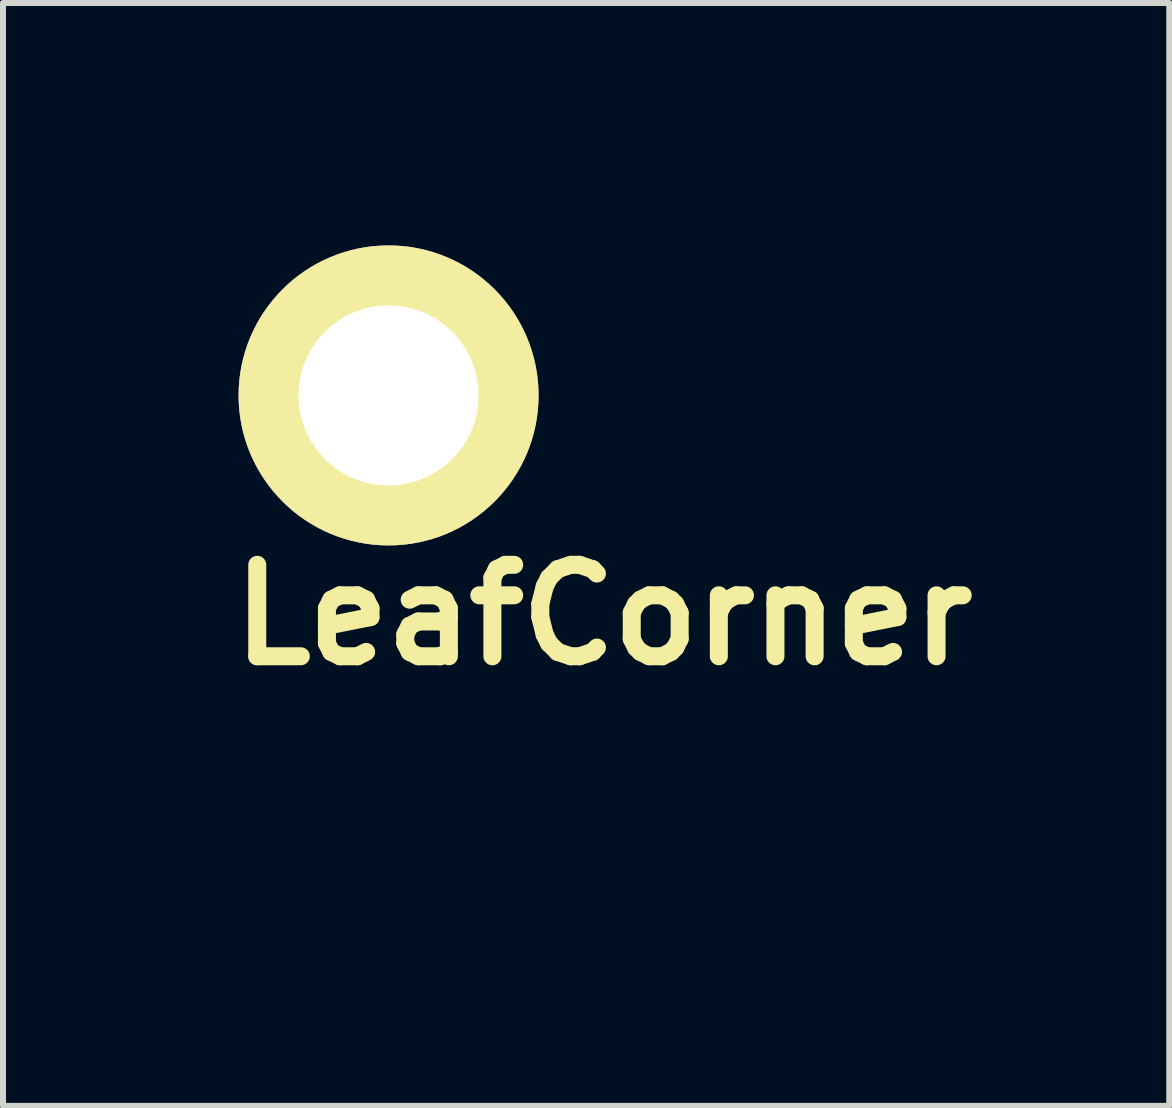
<source format=kicad_pcb>
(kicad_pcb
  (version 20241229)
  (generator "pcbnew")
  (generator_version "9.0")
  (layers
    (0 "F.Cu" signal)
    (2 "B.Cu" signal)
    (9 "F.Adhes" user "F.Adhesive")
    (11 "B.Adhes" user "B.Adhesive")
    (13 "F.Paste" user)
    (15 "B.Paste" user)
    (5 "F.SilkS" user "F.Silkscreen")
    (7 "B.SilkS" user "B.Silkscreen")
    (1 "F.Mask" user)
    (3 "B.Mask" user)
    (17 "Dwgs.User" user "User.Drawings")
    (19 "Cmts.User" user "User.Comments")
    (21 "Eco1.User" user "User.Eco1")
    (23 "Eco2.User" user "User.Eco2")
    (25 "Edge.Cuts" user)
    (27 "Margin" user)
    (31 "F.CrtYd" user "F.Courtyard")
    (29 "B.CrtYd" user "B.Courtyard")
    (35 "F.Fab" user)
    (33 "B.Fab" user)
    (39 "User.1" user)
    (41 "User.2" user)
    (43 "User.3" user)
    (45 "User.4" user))
  (footprint "LeafCorner"
    (layer "F.Cu")
    (at 7.007 7.198)
    (property "Reference" "LeafCorner" (at 0 0 0) (layer "F.SilkS") (effects (font (size 1.524 1.524) (thickness 0.3))))
    (attr through_hole)
    (fp_poly (pts (xy -4.712 -1.788) (xy -4.713 -1.786) (xy -4.796 -1.669) (xy -4.985 -1.571) (xy -5.257 -1.501) (xy -5.5 -1.473) (xy -5.724 -1.464) (xy -5.871 -1.482) (xy -5.986 -1.542) (xy -6.093 -1.63) (xy -6.276 -1.878) (xy -6.37 -2.215) (xy -6.375 -2.638) (xy -6.365 -2.738) (xy -6.339 -3.018) (xy -6.323 -3.317) (xy -6.321 -3.418) (xy -6.328 -3.628) (xy -6.368 -3.765) (xy -6.463 -3.884) (xy -6.537 -3.953) (xy -6.756 -4.148) (xy -6.505 -4.108) (xy -6.228 -4.002) (xy -6.083 -3.878) (xy -6.003 -3.78) (xy -5.939 -3.672) (xy -5.881 -3.528) (xy -5.822 -3.327) (xy -5.754 -3.044) (xy -5.685 -2.731) (xy -5.601 -2.399) (xy -5.508 -2.174) (xy -5.389 -2.033) (xy -5.225 -1.954) (xy -5.023 -1.92) (xy -4.825 -1.892) (xy -4.729 -1.852) (xy -4.712 -1.788)) (stroke (width 0.1) (type solid)) (fill yes) (layer "F.Mask"))
    (fp_poly (pts (xy -4.001 -1.239) (xy -4.059 -0.939) (xy -4.23 -0.693) (xy -4.461 -0.532) (xy -4.572 -0.487) (xy -4.709 -0.462) (xy -4.902 -0.455) (xy -5.178 -0.464) (xy -5.369 -0.475) (xy -5.73 -0.492) (xy -5.992 -0.488) (xy -6.179 -0.456) (xy -6.32 -0.39) (xy -6.439 -0.285) (xy -6.488 -0.229) (xy -6.568 -0.141) (xy -6.597 -0.151) (xy -6.602 -0.213) (xy -6.554 -0.429) (xy -6.422 -0.657) (xy -6.235 -0.85) (xy -6.197 -0.877) (xy -6.073 -0.937) (xy -5.861 -1.017) (xy -5.595 -1.106) (xy -5.312 -1.192) (xy -5.046 -1.266) (xy -4.832 -1.317) (xy -4.714 -1.333) (xy -4.66 -1.386) (xy -4.585 -1.513) (xy -4.51 -1.671) (xy -4.458 -1.816) (xy -4.445 -1.884) (xy -4.433 -1.974) (xy -4.372 -1.988) (xy -4.26 -1.951) (xy -4.132 -1.872) (xy -4.052 -1.736) (xy -4.011 -1.519) (xy -4.001 -1.239)) (stroke (width 0.1) (type solid)) (fill yes) (layer "F.Mask"))
    (fp_poly (pts (xy -1.496 -5.7) (xy -1.497 -5.659) (xy -1.519 -5.335) (xy -1.583 -5.098) (xy -1.624 -5.015) (xy -1.731 -4.865) (xy -1.83 -4.778) (xy -1.898 -4.772) (xy -1.912 -4.805) (xy -1.913 -4.906) (xy -1.908 -4.994) (xy -1.933 -5.19) (xy -2.017 -5.4) (xy -2.135 -5.574) (xy -2.235 -5.651) (xy -2.364 -5.695) (xy -2.577 -5.755) (xy -2.834 -5.82) (xy -2.908 -5.838) (xy -3.325 -5.954) (xy -3.634 -6.09) (xy -3.854 -6.259) (xy -4.003 -6.477) (xy -4.1 -6.757) (xy -4.101 -6.763) (xy -4.148 -6.953) (xy -3.957 -6.751) (xy -3.805 -6.613) (xy -3.643 -6.529) (xy -3.44 -6.492) (xy -3.166 -6.495) (xy -2.902 -6.518) (xy -2.504 -6.548) (xy -2.203 -6.538) (xy -1.973 -6.483) (xy -1.789 -6.379) (xy -1.693 -6.294) (xy -1.586 -6.176) (xy -1.526 -6.067) (xy -1.501 -5.922) (xy -1.496 -5.7)) (stroke (width 0.1) (type solid)) (fill yes) (layer "F.Mask"))
    (fp_poly (pts (xy -0.254 -6.759) (xy -0.322 -6.656) (xy -0.369 -6.607) (xy -0.478 -6.477) (xy -0.549 -6.332) (xy -0.585 -6.146) (xy -0.589 -5.895) (xy -0.565 -5.554) (xy -0.551 -5.404) (xy -0.524 -5.108) (xy -0.515 -4.904) (xy -0.528 -4.758) (xy -0.564 -4.636) (xy -0.609 -4.539) (xy -0.805 -4.26) (xy -1.061 -4.093) (xy -1.377 -4.039) (xy -1.583 -4.058) (xy -1.757 -4.119) (xy -1.863 -4.252) (xy -1.885 -4.302) (xy -1.934 -4.441) (xy -1.925 -4.499) (xy -1.876 -4.508) (xy -1.725 -4.539) (xy -1.576 -4.611) (xy -1.476 -4.698) (xy -1.46 -4.741) (xy -1.428 -4.819) (xy -1.406 -4.826) (xy -1.368 -4.884) (xy -1.315 -5.036) (xy -1.255 -5.255) (xy -1.195 -5.508) (xy -1.143 -5.768) (xy -1.108 -5.998) (xy -1.031 -6.294) (xy -0.87 -6.512) (xy -0.637 -6.667) (xy -0.417 -6.766) (xy -0.288 -6.796) (xy -0.254 -6.759)) (stroke (width 0.1) (type solid)) (fill yes) (layer "F.Mask"))
    (fp_poly (pts (xy -4.969 0.164) (xy -5.047 0.168) (xy -5.095 0.157) (xy -5.323 0.159) (xy -5.552 0.256) (xy -5.738 0.423) (xy -5.796 0.518) (xy -5.855 0.677) (xy -5.927 0.919) (xy -5.999 1.202) (xy -6.029 1.336) (xy -6.12 1.702) (xy -6.216 1.967) (xy -6.331 2.153) (xy -6.478 2.284) (xy -6.58 2.344) (xy -6.77 2.441) (xy -6.581 2.538) (xy -6.419 2.643) (xy -6.292 2.786) (xy -6.187 2.989) (xy -6.092 3.275) (xy -6.004 3.632) (xy -5.931 3.927) (xy -5.855 4.19) (xy -5.786 4.387) (xy -5.746 4.469) (xy -5.598 4.609) (xy -5.39 4.709) (xy -5.18 4.746) (xy -5.086 4.733) (xy -4.997 4.724) (xy -4.992 4.802) (xy -4.997 4.823) (xy -5.078 4.929) (xy -5.267 5.02) (xy -5.353 5.048) (xy -5.721 5.131) (xy -6.011 5.132) (xy -6.244 5.051) (xy -6.344 4.98) (xy -6.507 4.785) (xy -6.607 4.561) (xy -6.638 4.343) (xy -6.643 4.044) (xy -6.625 3.71) (xy -6.584 3.384) (xy -6.568 3.297) (xy -6.578 3.05) (xy -6.689 2.787) (xy -6.837 2.593) (xy -6.938 2.48) (xy -6.957 2.419) (xy -6.898 2.371) (xy -6.872 2.357) (xy -6.719 2.207) (xy -6.62 1.965) (xy -6.581 1.657) (xy -6.598 1.382) (xy -6.638 0.96) (xy -6.636 0.588) (xy -6.593 0.289) (xy -6.517 0.099) (xy -6.293 -0.144) (xy -6.014 -0.272) (xy -5.689 -0.285) (xy -5.487 -0.247) (xy -5.285 -0.186) (xy -5.118 -0.117) (xy -5.025 -0.055) (xy -5.016 -0.035) (xy -4.997 0.038) (xy -4.977 0.093) (xy -4.969 0.164)) (stroke (width 0.1) (type solid)) (fill yes) (layer "F.Mask"))
    (fp_poly (pts (xy 4.826 -5.962) (xy 4.809 -5.708) (xy 4.765 -5.466) (xy 4.728 -5.35) (xy 4.621 -5.149) (xy 4.519 -5.05) (xy 4.436 -5.055) (xy 4.388 -5.169) (xy 4.381 -5.266) (xy 4.353 -5.587) (xy 4.268 -5.8) (xy 4.15 -5.898) (xy 4.023 -5.943) (xy 3.808 -6.007) (xy 3.538 -6.081) (xy 3.349 -6.129) (xy 2.935 -6.25) (xy 2.635 -6.383) (xy 2.436 -6.536) (xy 2.323 -6.717) (xy 2.314 -6.742) (xy 2.262 -6.841) (xy 2.196 -6.829) (xy 2.102 -6.701) (xy 2.083 -6.668) (xy 1.964 -6.509) (xy 1.796 -6.379) (xy 1.556 -6.267) (xy 1.223 -6.163) (xy 1.006 -6.107) (xy 0.624 -6.002) (xy 0.355 -5.894) (xy 0.186 -5.779) (xy 0.104 -5.648) (xy 0.096 -5.617) (xy 0.072 -5.499) (xy 0.062 -5.461) (xy 0.057 -5.38) (xy 0.061 -5.261) (xy 0.044 -5.103) (xy -0.027 -5.054) (xy -0.138 -5.121) (xy -0.155 -5.139) (xy -0.228 -5.277) (xy -0.295 -5.497) (xy -0.346 -5.754) (xy -0.373 -6.004) (xy -0.367 -6.2) (xy -0.361 -6.231) (xy -0.254 -6.44) (xy -0.066 -6.632) (xy 0.161 -6.766) (xy 0.222 -6.786) (xy 0.4 -6.809) (xy 0.662 -6.809) (xy 0.961 -6.788) (xy 1.322 -6.759) (xy 1.59 -6.765) (xy 1.792 -6.81) (xy 1.958 -6.901) (xy 2.074 -6.998) (xy 2.2 -7.114) (xy 2.269 -7.148) (xy 2.316 -7.109) (xy 2.346 -7.056) (xy 2.451 -6.916) (xy 2.603 -6.823) (xy 2.821 -6.773) (xy 3.128 -6.76) (xy 3.448 -6.772) (xy 3.815 -6.79) (xy 4.082 -6.788) (xy 4.277 -6.76) (xy 4.426 -6.701) (xy 4.557 -6.606) (xy 4.631 -6.536) (xy 4.743 -6.409) (xy 4.802 -6.284) (xy 4.824 -6.113) (xy 4.826 -5.962)) (stroke (width 0.1) (type solid)) (fill yes) (layer "F.Mask"))
    (fp_poly (pts (xy -3.891 -5.901) (xy -3.9 -5.879) (xy -3.977 -5.83) (xy -4.236 -5.644) (xy -4.532 -5.391) (xy -4.838 -5.096) (xy -5.13 -4.786) (xy -5.381 -4.487) (xy -5.565 -4.227) (xy -5.613 -4.143) (xy -5.689 -4.008) (xy -5.743 -3.939) (xy -5.748 -3.937) (xy -5.766 -3.994) (xy -5.777 -4.139) (xy -5.779 -4.243) (xy -5.783 -4.427) (xy -5.81 -4.517) (xy -5.884 -4.548) (xy -5.985 -4.552) (xy -6.171 -4.562) (xy -6.41 -4.587) (xy -6.531 -4.604) (xy -6.72 -4.638) (xy -6.797 -4.67) (xy -6.776 -4.707) (xy -6.762 -4.716) (xy -6.628 -4.811) (xy -6.544 -4.886) (xy -6.478 -4.966) (xy -6.474 -5.046) (xy -6.533 -5.176) (xy -6.551 -5.211) (xy -6.628 -5.377) (xy -6.666 -5.507) (xy -6.668 -5.524) (xy -6.699 -5.638) (xy -6.777 -5.798) (xy -6.798 -5.833) (xy -6.929 -6.047) (xy -6.711 -5.913) (xy -6.536 -5.812) (xy -6.453 -5.787) (xy -6.454 -5.84) (xy -6.499 -5.921) (xy -6.555 -6.049) (xy -6.613 -6.242) (xy -6.667 -6.461) (xy -6.706 -6.669) (xy -6.723 -6.827) (xy -6.713 -6.897) (xy -6.63 -6.908) (xy -6.465 -6.887) (xy -6.258 -6.843) (xy -6.048 -6.785) (xy -5.873 -6.723) (xy -5.796 -6.684) (xy -5.694 -6.623) (xy -5.672 -6.641) (xy -5.693 -6.707) (xy -5.761 -6.851) (xy -5.837 -6.983) (xy -5.937 -7.14) (xy -5.779 -7.029) (xy -5.606 -6.936) (xy -5.4 -6.859) (xy -5.384 -6.855) (xy -5.202 -6.787) (xy -5.064 -6.705) (xy -5.052 -6.694) (xy -4.951 -6.632) (xy -4.851 -6.67) (xy -4.734 -6.817) (xy -4.703 -6.867) (xy -4.59 -7.052) (xy -4.543 -6.685) (xy -4.515 -6.446) (xy -4.493 -6.229) (xy -4.486 -6.131) (xy -4.426 -5.969) (xy -4.27 -5.883) (xy -4.031 -5.88) (xy -4 -5.885) (xy -3.891 -5.901)) (stroke (width 0.1) (type solid)) (fill yes) (layer "F.Mask"))
    (fp_poly (pts (xy 3.81 -4.545) (xy 3.762 -4.53) (xy 3.731 -4.537) (xy 3.5 -4.599) (xy 3.366 -4.607) (xy 3.308 -4.562) (xy 3.302 -4.519) (xy 3.273 -4.397) (xy 3.2 -4.216) (xy 3.143 -4.102) (xy 3.053 -3.913) (xy 2.995 -3.758) (xy 2.985 -3.701) (xy 2.971 -3.625) (xy 2.94 -3.647) (xy 2.902 -3.744) (xy 2.871 -3.889) (xy 2.862 -3.953) (xy 2.828 -4.008) (xy 2.769 -3.972) (xy 2.713 -3.868) (xy 2.701 -3.826) (xy 2.643 -3.675) (xy 2.543 -3.491) (xy 2.426 -3.312) (xy 2.316 -3.18) (xy 2.254 -3.133) (xy 2.189 -3.171) (xy 2.078 -3.29) (xy 1.953 -3.456) (xy 1.83 -3.642) (xy 1.744 -3.792) (xy 1.714 -3.868) (xy 1.669 -3.934) (xy 1.651 -3.937) (xy 1.596 -3.883) (xy 1.574 -3.753) (xy 1.58 -3.667) (xy 1.54 -3.621) (xy 1.524 -3.619) (xy 1.471 -3.672) (xy 1.462 -3.731) (xy 1.437 -3.844) (xy 1.369 -4.028) (xy 1.287 -4.212) (xy 1.189 -4.411) (xy 1.116 -4.519) (xy 1.039 -4.56) (xy 0.928 -4.558) (xy 0.872 -4.551) (xy 0.634 -4.52) (xy 0.793 -4.71) (xy 0.896 -4.847) (xy 0.95 -4.95) (xy 0.953 -4.964) (xy 0.995 -5.045) (xy 1.102 -5.167) (xy 1.145 -5.209) (xy 1.337 -5.389) (xy 1.147 -5.606) (xy 0.956 -5.823) (xy 1.288 -5.796) (xy 1.519 -5.769) (xy 1.728 -5.73) (xy 1.801 -5.711) (xy 1.965 -5.677) (xy 2.06 -5.721) (xy 2.116 -5.864) (xy 2.132 -5.939) (xy 2.179 -6.106) (xy 2.233 -6.15) (xy 2.285 -6.071) (xy 2.308 -5.985) (xy 2.373 -5.776) (xy 2.457 -5.683) (xy 2.569 -5.695) (xy 2.58 -5.7) (xy 2.704 -5.737) (xy 2.907 -5.772) (xy 3.113 -5.793) (xy 3.528 -5.825) (xy 3.351 -5.636) (xy 3.231 -5.48) (xy 3.176 -5.352) (xy 3.197 -5.279) (xy 3.231 -5.271) (xy 3.29 -5.224) (xy 3.397 -5.106) (xy 3.528 -4.949) (xy 3.657 -4.783) (xy 3.759 -4.64) (xy 3.809 -4.553) (xy 3.81 -4.545)) (stroke (width 0.1) (type solid)) (fill yes) (layer "F.Mask"))
    (fp_poly (pts (xy -3.102 2.491) (xy -3.115 2.513) (xy -3.231 2.616) (xy -3.409 2.74) (xy -3.608 2.86) (xy -3.789 2.951) (xy -3.91 2.989) (xy -3.911 2.989) (xy -3.944 3.012) (xy -3.861 3.07) (xy -3.778 3.111) (xy -3.636 3.185) (xy -3.608 3.224) (xy -3.658 3.234) (xy -3.793 3.271) (xy -3.968 3.36) (xy -4.026 3.397) (xy -4.207 3.497) (xy -4.375 3.552) (xy -4.416 3.556) (xy -4.534 3.584) (xy -4.569 3.679) (xy -4.526 3.858) (xy -4.51 3.901) (xy -4.47 4.017) (xy -4.462 4.059) (xy -4.519 4.023) (xy -4.643 3.941) (xy -4.699 3.903) (xy -4.892 3.76) (xy -5.071 3.606) (xy -5.091 3.586) (xy -5.249 3.479) (xy -5.399 3.487) (xy -5.555 3.614) (xy -5.624 3.699) (xy -5.693 3.788) (xy -5.714 3.78) (xy -5.697 3.663) (xy -5.69 3.627) (xy -5.665 3.419) (xy -5.652 3.181) (xy -5.652 3.14) (xy -5.631 2.946) (xy -5.58 2.801) (xy -5.561 2.776) (xy -5.518 2.71) (xy -5.558 2.652) (xy -5.69 2.581) (xy -5.863 2.511) (xy -6.003 2.474) (xy -6.019 2.473) (xy -6.03 2.452) (xy -5.942 2.4) (xy -5.842 2.357) (xy -5.654 2.263) (xy -5.579 2.176) (xy -5.579 2.154) (xy -5.598 2.047) (xy -5.625 1.857) (xy -5.651 1.642) (xy -5.683 1.414) (xy -5.719 1.231) (xy -5.75 1.138) (xy -5.735 1.128) (xy -5.643 1.186) (xy -5.53 1.273) (xy -5.373 1.396) (xy -5.28 1.447) (xy -5.218 1.434) (xy -5.153 1.365) (xy -5.153 1.365) (xy -5.045 1.255) (xy -4.879 1.107) (xy -4.75 0.999) (xy -4.453 0.76) (xy -4.513 0.967) (xy -4.562 1.172) (xy -4.557 1.284) (xy -4.492 1.329) (xy -4.429 1.334) (xy -4.298 1.363) (xy -4.103 1.436) (xy -3.922 1.52) (xy -3.728 1.62) (xy -3.635 1.679) (xy -3.631 1.712) (xy -3.703 1.736) (xy -3.747 1.746) (xy -3.896 1.796) (xy -3.971 1.851) (xy -3.954 1.894) (xy -3.875 1.905) (xy -3.758 1.942) (xy -3.582 2.038) (xy -3.394 2.167) (xy -3.206 2.318) (xy -3.114 2.42) (xy -3.102 2.491)) (stroke (width 0.1) (type solid)) (fill yes) (layer "F.Mask"))
    (fp_poly (pts (xy -4.712 -1.788) (xy -4.713 -1.786) (xy -4.796 -1.669) (xy -4.985 -1.571) (xy -5.257 -1.501) (xy -5.5 -1.473) (xy -5.724 -1.464) (xy -5.871 -1.482) (xy -5.986 -1.542) (xy -6.093 -1.63) (xy -6.276 -1.878) (xy -6.37 -2.215) (xy -6.375 -2.638) (xy -6.365 -2.738) (xy -6.339 -3.018) (xy -6.323 -3.317) (xy -6.321 -3.418) (xy -6.328 -3.628) (xy -6.368 -3.765) (xy -6.463 -3.884) (xy -6.537 -3.953) (xy -6.756 -4.148) (xy -6.505 -4.108) (xy -6.228 -4.002) (xy -6.083 -3.878) (xy -6.003 -3.78) (xy -5.939 -3.672) (xy -5.881 -3.528) (xy -5.822 -3.327) (xy -5.754 -3.044) (xy -5.685 -2.731) (xy -5.601 -2.399) (xy -5.508 -2.174) (xy -5.389 -2.033) (xy -5.225 -1.954) (xy -5.023 -1.92) (xy -4.825 -1.892) (xy -4.729 -1.852) (xy -4.712 -1.788)) (stroke (width 0.1) (type solid)) (fill yes) (layer "B.Mask"))
    (fp_poly (pts (xy -4.001 -1.239) (xy -4.059 -0.939) (xy -4.23 -0.693) (xy -4.461 -0.532) (xy -4.572 -0.487) (xy -4.709 -0.462) (xy -4.902 -0.455) (xy -5.178 -0.464) (xy -5.369 -0.475) (xy -5.73 -0.492) (xy -5.992 -0.488) (xy -6.179 -0.456) (xy -6.32 -0.39) (xy -6.439 -0.285) (xy -6.488 -0.229) (xy -6.568 -0.141) (xy -6.597 -0.151) (xy -6.602 -0.213) (xy -6.554 -0.429) (xy -6.422 -0.657) (xy -6.235 -0.85) (xy -6.197 -0.877) (xy -6.073 -0.937) (xy -5.861 -1.017) (xy -5.595 -1.106) (xy -5.312 -1.192) (xy -5.046 -1.266) (xy -4.832 -1.317) (xy -4.714 -1.333) (xy -4.66 -1.386) (xy -4.585 -1.513) (xy -4.51 -1.671) (xy -4.458 -1.816) (xy -4.445 -1.884) (xy -4.433 -1.974) (xy -4.372 -1.988) (xy -4.26 -1.951) (xy -4.132 -1.872) (xy -4.052 -1.736) (xy -4.011 -1.519) (xy -4.001 -1.239)) (stroke (width 0.1) (type solid)) (fill yes) (layer "B.Mask"))
    (fp_poly (pts (xy -1.496 -5.7) (xy -1.497 -5.659) (xy -1.519 -5.335) (xy -1.583 -5.098) (xy -1.624 -5.015) (xy -1.731 -4.865) (xy -1.83 -4.778) (xy -1.898 -4.772) (xy -1.912 -4.805) (xy -1.913 -4.906) (xy -1.908 -4.994) (xy -1.933 -5.19) (xy -2.017 -5.4) (xy -2.135 -5.574) (xy -2.235 -5.651) (xy -2.364 -5.695) (xy -2.577 -5.755) (xy -2.834 -5.82) (xy -2.908 -5.838) (xy -3.325 -5.954) (xy -3.634 -6.09) (xy -3.854 -6.259) (xy -4.003 -6.477) (xy -4.1 -6.757) (xy -4.101 -6.763) (xy -4.148 -6.953) (xy -3.957 -6.751) (xy -3.805 -6.613) (xy -3.643 -6.529) (xy -3.44 -6.492) (xy -3.166 -6.495) (xy -2.902 -6.518) (xy -2.504 -6.548) (xy -2.203 -6.538) (xy -1.973 -6.483) (xy -1.789 -6.379) (xy -1.693 -6.294) (xy -1.586 -6.176) (xy -1.526 -6.067) (xy -1.501 -5.922) (xy -1.496 -5.7)) (stroke (width 0.1) (type solid)) (fill yes) (layer "B.Mask"))
    (fp_poly (pts (xy -0.254 -6.759) (xy -0.322 -6.656) (xy -0.369 -6.607) (xy -0.478 -6.477) (xy -0.549 -6.332) (xy -0.585 -6.146) (xy -0.589 -5.895) (xy -0.565 -5.554) (xy -0.551 -5.404) (xy -0.524 -5.108) (xy -0.515 -4.904) (xy -0.528 -4.758) (xy -0.564 -4.636) (xy -0.609 -4.539) (xy -0.805 -4.26) (xy -1.061 -4.093) (xy -1.377 -4.039) (xy -1.583 -4.058) (xy -1.757 -4.119) (xy -1.863 -4.252) (xy -1.885 -4.302) (xy -1.934 -4.441) (xy -1.925 -4.499) (xy -1.876 -4.508) (xy -1.725 -4.539) (xy -1.576 -4.611) (xy -1.476 -4.698) (xy -1.46 -4.741) (xy -1.428 -4.819) (xy -1.406 -4.826) (xy -1.368 -4.884) (xy -1.315 -5.036) (xy -1.255 -5.255) (xy -1.195 -5.508) (xy -1.143 -5.768) (xy -1.108 -5.998) (xy -1.031 -6.294) (xy -0.87 -6.512) (xy -0.637 -6.667) (xy -0.417 -6.766) (xy -0.288 -6.796) (xy -0.254 -6.759)) (stroke (width 0.1) (type solid)) (fill yes) (layer "B.Mask"))
    (fp_poly (pts (xy -4.969 0.164) (xy -5.047 0.168) (xy -5.095 0.157) (xy -5.323 0.159) (xy -5.552 0.256) (xy -5.738 0.423) (xy -5.796 0.518) (xy -5.855 0.677) (xy -5.927 0.919) (xy -5.999 1.202) (xy -6.029 1.336) (xy -6.12 1.702) (xy -6.216 1.967) (xy -6.331 2.153) (xy -6.478 2.284) (xy -6.58 2.344) (xy -6.77 2.441) (xy -6.581 2.538) (xy -6.419 2.643) (xy -6.292 2.786) (xy -6.187 2.989) (xy -6.092 3.275) (xy -6.004 3.632) (xy -5.931 3.927) (xy -5.855 4.19) (xy -5.786 4.387) (xy -5.746 4.469) (xy -5.598 4.609) (xy -5.39 4.709) (xy -5.18 4.746) (xy -5.086 4.733) (xy -4.997 4.724) (xy -4.992 4.802) (xy -4.997 4.823) (xy -5.078 4.929) (xy -5.267 5.02) (xy -5.353 5.048) (xy -5.721 5.131) (xy -6.011 5.132) (xy -6.244 5.051) (xy -6.344 4.98) (xy -6.507 4.785) (xy -6.607 4.561) (xy -6.638 4.343) (xy -6.643 4.044) (xy -6.625 3.71) (xy -6.584 3.384) (xy -6.568 3.297) (xy -6.578 3.05) (xy -6.689 2.787) (xy -6.837 2.593) (xy -6.938 2.48) (xy -6.957 2.419) (xy -6.898 2.371) (xy -6.872 2.357) (xy -6.719 2.207) (xy -6.62 1.965) (xy -6.581 1.657) (xy -6.598 1.382) (xy -6.638 0.96) (xy -6.636 0.588) (xy -6.593 0.289) (xy -6.517 0.099) (xy -6.293 -0.144) (xy -6.014 -0.272) (xy -5.689 -0.285) (xy -5.487 -0.247) (xy -5.285 -0.186) (xy -5.118 -0.117) (xy -5.025 -0.055) (xy -5.016 -0.035) (xy -4.997 0.038) (xy -4.977 0.093) (xy -4.969 0.164)) (stroke (width 0.1) (type solid)) (fill yes) (layer "B.Mask"))
    (fp_poly (pts (xy 4.826 -5.962) (xy 4.809 -5.708) (xy 4.765 -5.466) (xy 4.728 -5.35) (xy 4.621 -5.149) (xy 4.519 -5.05) (xy 4.436 -5.055) (xy 4.388 -5.169) (xy 4.381 -5.266) (xy 4.353 -5.587) (xy 4.268 -5.8) (xy 4.15 -5.898) (xy 4.023 -5.943) (xy 3.808 -6.007) (xy 3.538 -6.081) (xy 3.349 -6.129) (xy 2.935 -6.25) (xy 2.635 -6.383) (xy 2.436 -6.536) (xy 2.323 -6.717) (xy 2.314 -6.742) (xy 2.262 -6.841) (xy 2.196 -6.829) (xy 2.102 -6.701) (xy 2.083 -6.668) (xy 1.964 -6.509) (xy 1.796 -6.379) (xy 1.556 -6.267) (xy 1.223 -6.163) (xy 1.006 -6.107) (xy 0.624 -6.002) (xy 0.355 -5.894) (xy 0.186 -5.779) (xy 0.104 -5.648) (xy 0.096 -5.617) (xy 0.072 -5.499) (xy 0.062 -5.461) (xy 0.057 -5.38) (xy 0.061 -5.261) (xy 0.044 -5.103) (xy -0.027 -5.054) (xy -0.138 -5.121) (xy -0.155 -5.139) (xy -0.228 -5.277) (xy -0.295 -5.497) (xy -0.346 -5.754) (xy -0.373 -6.004) (xy -0.367 -6.2) (xy -0.361 -6.231) (xy -0.254 -6.44) (xy -0.066 -6.632) (xy 0.161 -6.766) (xy 0.222 -6.786) (xy 0.4 -6.809) (xy 0.662 -6.809) (xy 0.961 -6.788) (xy 1.322 -6.759) (xy 1.59 -6.765) (xy 1.792 -6.81) (xy 1.958 -6.901) (xy 2.074 -6.998) (xy 2.2 -7.114) (xy 2.269 -7.148) (xy 2.316 -7.109) (xy 2.346 -7.056) (xy 2.451 -6.916) (xy 2.603 -6.823) (xy 2.821 -6.773) (xy 3.128 -6.76) (xy 3.448 -6.772) (xy 3.815 -6.79) (xy 4.082 -6.788) (xy 4.277 -6.76) (xy 4.426 -6.701) (xy 4.557 -6.606) (xy 4.631 -6.536) (xy 4.743 -6.409) (xy 4.802 -6.284) (xy 4.824 -6.113) (xy 4.826 -5.962)) (stroke (width 0.1) (type solid)) (fill yes) (layer "B.Mask"))
    (fp_poly (pts (xy -3.891 -5.901) (xy -3.9 -5.879) (xy -3.977 -5.83) (xy -4.236 -5.644) (xy -4.532 -5.391) (xy -4.838 -5.096) (xy -5.13 -4.786) (xy -5.381 -4.487) (xy -5.565 -4.227) (xy -5.613 -4.143) (xy -5.689 -4.008) (xy -5.743 -3.939) (xy -5.748 -3.937) (xy -5.766 -3.994) (xy -5.777 -4.139) (xy -5.779 -4.243) (xy -5.783 -4.427) (xy -5.81 -4.517) (xy -5.884 -4.548) (xy -5.985 -4.552) (xy -6.171 -4.562) (xy -6.41 -4.587) (xy -6.531 -4.604) (xy -6.72 -4.638) (xy -6.797 -4.67) (xy -6.776 -4.707) (xy -6.762 -4.716) (xy -6.628 -4.811) (xy -6.544 -4.886) (xy -6.478 -4.966) (xy -6.474 -5.046) (xy -6.533 -5.176) (xy -6.551 -5.211) (xy -6.628 -5.377) (xy -6.666 -5.507) (xy -6.668 -5.524) (xy -6.699 -5.638) (xy -6.777 -5.798) (xy -6.798 -5.833) (xy -6.929 -6.047) (xy -6.711 -5.913) (xy -6.536 -5.812) (xy -6.453 -5.787) (xy -6.454 -5.84) (xy -6.499 -5.921) (xy -6.555 -6.049) (xy -6.613 -6.242) (xy -6.667 -6.461) (xy -6.706 -6.669) (xy -6.723 -6.827) (xy -6.713 -6.897) (xy -6.63 -6.908) (xy -6.465 -6.887) (xy -6.258 -6.843) (xy -6.048 -6.785) (xy -5.873 -6.723) (xy -5.796 -6.684) (xy -5.694 -6.623) (xy -5.672 -6.641) (xy -5.693 -6.707) (xy -5.761 -6.851) (xy -5.837 -6.983) (xy -5.937 -7.14) (xy -5.779 -7.029) (xy -5.606 -6.936) (xy -5.4 -6.859) (xy -5.384 -6.855) (xy -5.202 -6.787) (xy -5.064 -6.705) (xy -5.052 -6.694) (xy -4.951 -6.632) (xy -4.851 -6.67) (xy -4.734 -6.817) (xy -4.703 -6.867) (xy -4.59 -7.052) (xy -4.543 -6.685) (xy -4.515 -6.446) (xy -4.493 -6.229) (xy -4.486 -6.131) (xy -4.426 -5.969) (xy -4.27 -5.883) (xy -4.031 -5.88) (xy -4 -5.885) (xy -3.891 -5.901)) (stroke (width 0.1) (type solid)) (fill yes) (layer "B.Mask"))
    (fp_poly (pts (xy 3.81 -4.545) (xy 3.762 -4.53) (xy 3.731 -4.537) (xy 3.5 -4.599) (xy 3.366 -4.607) (xy 3.308 -4.562) (xy 3.302 -4.519) (xy 3.273 -4.397) (xy 3.2 -4.216) (xy 3.143 -4.102) (xy 3.053 -3.913) (xy 2.995 -3.758) (xy 2.985 -3.701) (xy 2.971 -3.625) (xy 2.94 -3.647) (xy 2.902 -3.744) (xy 2.871 -3.889) (xy 2.862 -3.953) (xy 2.828 -4.008) (xy 2.769 -3.972) (xy 2.713 -3.868) (xy 2.701 -3.826) (xy 2.643 -3.675) (xy 2.543 -3.491) (xy 2.426 -3.312) (xy 2.316 -3.18) (xy 2.254 -3.133) (xy 2.189 -3.171) (xy 2.078 -3.29) (xy 1.953 -3.456) (xy 1.83 -3.642) (xy 1.744 -3.792) (xy 1.714 -3.868) (xy 1.669 -3.934) (xy 1.651 -3.937) (xy 1.596 -3.883) (xy 1.574 -3.753) (xy 1.58 -3.667) (xy 1.54 -3.621) (xy 1.524 -3.619) (xy 1.471 -3.672) (xy 1.462 -3.731) (xy 1.437 -3.844) (xy 1.369 -4.028) (xy 1.287 -4.212) (xy 1.189 -4.411) (xy 1.116 -4.519) (xy 1.039 -4.56) (xy 0.928 -4.558) (xy 0.872 -4.551) (xy 0.634 -4.52) (xy 0.793 -4.71) (xy 0.896 -4.847) (xy 0.95 -4.95) (xy 0.953 -4.964) (xy 0.995 -5.045) (xy 1.102 -5.167) (xy 1.145 -5.209) (xy 1.337 -5.389) (xy 1.147 -5.606) (xy 0.956 -5.823) (xy 1.288 -5.796) (xy 1.519 -5.769) (xy 1.728 -5.73) (xy 1.801 -5.711) (xy 1.965 -5.677) (xy 2.06 -5.721) (xy 2.116 -5.864) (xy 2.132 -5.939) (xy 2.179 -6.106) (xy 2.233 -6.15) (xy 2.285 -6.071) (xy 2.308 -5.985) (xy 2.373 -5.776) (xy 2.457 -5.683) (xy 2.569 -5.695) (xy 2.58 -5.7) (xy 2.704 -5.737) (xy 2.907 -5.772) (xy 3.113 -5.793) (xy 3.528 -5.825) (xy 3.351 -5.636) (xy 3.231 -5.48) (xy 3.176 -5.352) (xy 3.197 -5.279) (xy 3.231 -5.271) (xy 3.29 -5.224) (xy 3.397 -5.106) (xy 3.528 -4.949) (xy 3.657 -4.783) (xy 3.759 -4.64) (xy 3.809 -4.553) (xy 3.81 -4.545)) (stroke (width 0.1) (type solid)) (fill yes) (layer "B.Mask"))
    (fp_poly (pts (xy -3.102 2.491) (xy -3.115 2.513) (xy -3.231 2.616) (xy -3.409 2.74) (xy -3.608 2.86) (xy -3.789 2.951) (xy -3.91 2.989) (xy -3.911 2.989) (xy -3.944 3.012) (xy -3.861 3.07) (xy -3.778 3.111) (xy -3.636 3.185) (xy -3.608 3.224) (xy -3.658 3.234) (xy -3.793 3.271) (xy -3.968 3.36) (xy -4.026 3.397) (xy -4.207 3.497) (xy -4.375 3.552) (xy -4.416 3.556) (xy -4.534 3.584) (xy -4.569 3.679) (xy -4.526 3.858) (xy -4.51 3.901) (xy -4.47 4.017) (xy -4.462 4.059) (xy -4.519 4.023) (xy -4.643 3.941) (xy -4.699 3.903) (xy -4.892 3.76) (xy -5.071 3.606) (xy -5.091 3.586) (xy -5.249 3.479) (xy -5.399 3.487) (xy -5.555 3.614) (xy -5.624 3.699) (xy -5.693 3.788) (xy -5.714 3.78) (xy -5.697 3.663) (xy -5.69 3.627) (xy -5.665 3.419) (xy -5.652 3.181) (xy -5.652 3.14) (xy -5.631 2.946) (xy -5.58 2.801) (xy -5.561 2.776) (xy -5.518 2.71) (xy -5.558 2.652) (xy -5.69 2.581) (xy -5.863 2.511) (xy -6.003 2.474) (xy -6.019 2.473) (xy -6.03 2.452) (xy -5.942 2.4) (xy -5.842 2.357) (xy -5.654 2.263) (xy -5.579 2.176) (xy -5.579 2.154) (xy -5.598 2.047) (xy -5.625 1.857) (xy -5.651 1.642) (xy -5.683 1.414) (xy -5.719 1.231) (xy -5.75 1.138) (xy -5.735 1.128) (xy -5.643 1.186) (xy -5.53 1.273) (xy -5.373 1.396) (xy -5.28 1.447) (xy -5.218 1.434) (xy -5.153 1.365) (xy -5.153 1.365) (xy -5.045 1.255) (xy -4.879 1.107) (xy -4.75 0.999) (xy -4.453 0.76) (xy -4.513 0.967) (xy -4.562 1.172) (xy -4.557 1.284) (xy -4.492 1.329) (xy -4.429 1.334) (xy -4.298 1.363) (xy -4.103 1.436) (xy -3.922 1.52) (xy -3.728 1.62) (xy -3.635 1.679) (xy -3.631 1.712) (xy -3.703 1.736) (xy -3.747 1.746) (xy -3.896 1.796) (xy -3.971 1.851) (xy -3.954 1.894) (xy -3.875 1.905) (xy -3.758 1.942) (xy -3.582 2.038) (xy -3.394 2.167) (xy -3.206 2.318) (xy -3.114 2.42) (xy -3.102 2.491)) (stroke (width 0.1) (type solid)) (fill yes) (layer "B.Mask"))
    (pad "1" thru_hole circle (at -3.581 -3.658) (size 5 5) (drill 3) (layers "*.Cu" "*.Mask" "F.SilkS")))
  (gr_rect
    (start -3 -3)
    (end 16.437 15.38)
    (stroke (width 0.1) (type default))
    (fill no)
    (layer "Edge.Cuts")))
</source>
